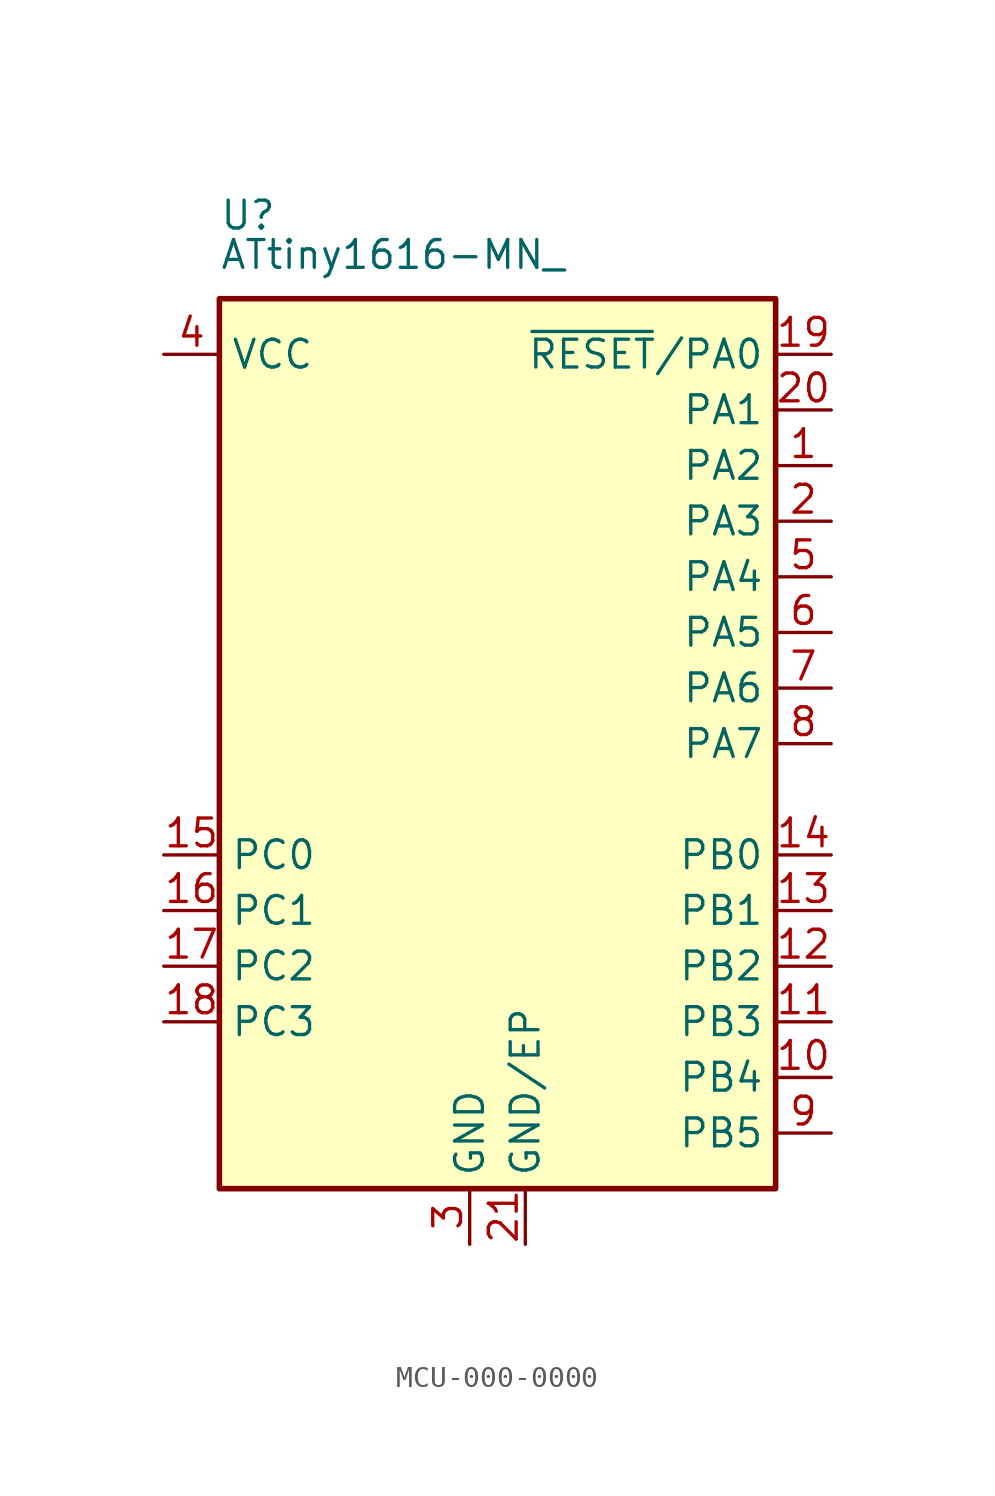
<source format=kicad_sym>
(kicad_symbol_lib
  (version 20241209)
  (generator "kicad_symbol_editor")
  (generator_version "9.0")
  (symbol "MCU-000-0000"
    (property "Reference" "U"
      (at -12.7 24.13 0)
      (effects (font (size 1.27 1.27)) (justify left)))
    (property "Value" "ATtiny1616-MN_"
      (at -12.7 21.59 0)
      (effects (font (size 1.27 1.27)) (justify left bottom)))
    (symbol "MCU-000-0000_0_1"
      (rectangle (start -12.7 20.32) (end 12.7 -20.32) (stroke (width 0.254) (type default)) (fill (type background))))
    (symbol "MCU-000-0000_1_1"
      (pin power_in line (at -15.24 17.78 0) (length 2.54) (name "VCC" (effects (font (size 1.27 1.27)))) (number "4" (effects (font (size 1.27 1.27)))))
      (pin bidirectional line (at -15.24 -5.08 0) (length 2.54) (name "PC0" (effects (font (size 1.27 1.27)))) (number "15" (effects (font (size 1.27 1.27)))))
      (pin bidirectional line (at -15.24 -7.62 0) (length 2.54) (name "PC1" (effects (font (size 1.27 1.27)))) (number "16" (effects (font (size 1.27 1.27)))))
      (pin bidirectional line (at -15.24 -10.16 0) (length 2.54) (name "PC2" (effects (font (size 1.27 1.27)))) (number "17" (effects (font (size 1.27 1.27)))))
      (pin bidirectional line (at -15.24 -12.7 0) (length 2.54) (name "PC3" (effects (font (size 1.27 1.27)))) (number "18" (effects (font (size 1.27 1.27)))))
      (pin power_in line (at -1.27 -22.86 90) (length 2.54) (name "GND" (effects (font (size 1.27 1.27)))) (number "3" (effects (font (size 1.27 1.27)))))
      (pin passive line (at 1.27 -22.86 90) (length 2.54) (name "GND/EP" (effects (font (size 1.27 1.27)))) (number "21" (effects (font (size 1.27 1.27)))))
      (pin bidirectional line (at 15.24 17.78 180) (length 2.54) (name "~{RESET}/PA0" (effects (font (size 1.27 1.27)))) (number "19" (effects (font (size 1.27 1.27)))))
      (pin bidirectional line (at 15.24 15.24 180) (length 2.54) (name "PA1" (effects (font (size 1.27 1.27)))) (number "20" (effects (font (size 1.27 1.27)))))
      (pin bidirectional line (at 15.24 12.7 180) (length 2.54) (name "PA2" (effects (font (size 1.27 1.27)))) (number "1" (effects (font (size 1.27 1.27)))))
      (pin bidirectional line (at 15.24 10.16 180) (length 2.54) (name "PA3" (effects (font (size 1.27 1.27)))) (number "2" (effects (font (size 1.27 1.27)))))
      (pin bidirectional line (at 15.24 7.62 180) (length 2.54) (name "PA4" (effects (font (size 1.27 1.27)))) (number "5" (effects (font (size 1.27 1.27)))))
      (pin bidirectional line (at 15.24 5.08 180) (length 2.54) (name "PA5" (effects (font (size 1.27 1.27)))) (number "6" (effects (font (size 1.27 1.27)))))
      (pin bidirectional line (at 15.24 2.54 180) (length 2.54) (name "PA6" (effects (font (size 1.27 1.27)))) (number "7" (effects (font (size 1.27 1.27)))))
      (pin bidirectional line (at 15.24 0 180) (length 2.54) (name "PA7" (effects (font (size 1.27 1.27)))) (number "8" (effects (font (size 1.27 1.27)))))
      (pin bidirectional line (at 15.24 -5.08 180) (length 2.54) (name "PB0" (effects (font (size 1.27 1.27)))) (number "14" (effects (font (size 1.27 1.27)))))
      (pin bidirectional line (at 15.24 -7.62 180) (length 2.54) (name "PB1" (effects (font (size 1.27 1.27)))) (number "13" (effects (font (size 1.27 1.27)))))
      (pin bidirectional line (at 15.24 -10.16 180) (length 2.54) (name "PB2" (effects (font (size 1.27 1.27)))) (number "12" (effects (font (size 1.27 1.27)))))
      (pin bidirectional line (at 15.24 -12.7 180) (length 2.54) (name "PB3" (effects (font (size 1.27 1.27)))) (number "11" (effects (font (size 1.27 1.27)))))
      (pin bidirectional line (at 15.24 -15.24 180) (length 2.54) (name "PB4" (effects (font (size 1.27 1.27)))) (number "10" (effects (font (size 1.27 1.27)))))
      (pin bidirectional line (at 15.24 -17.78 180) (length 2.54) (name "PB5" (effects (font (size 1.27 1.27)))) (number "9" (effects (font (size 1.27 1.27))))))))
</source>
